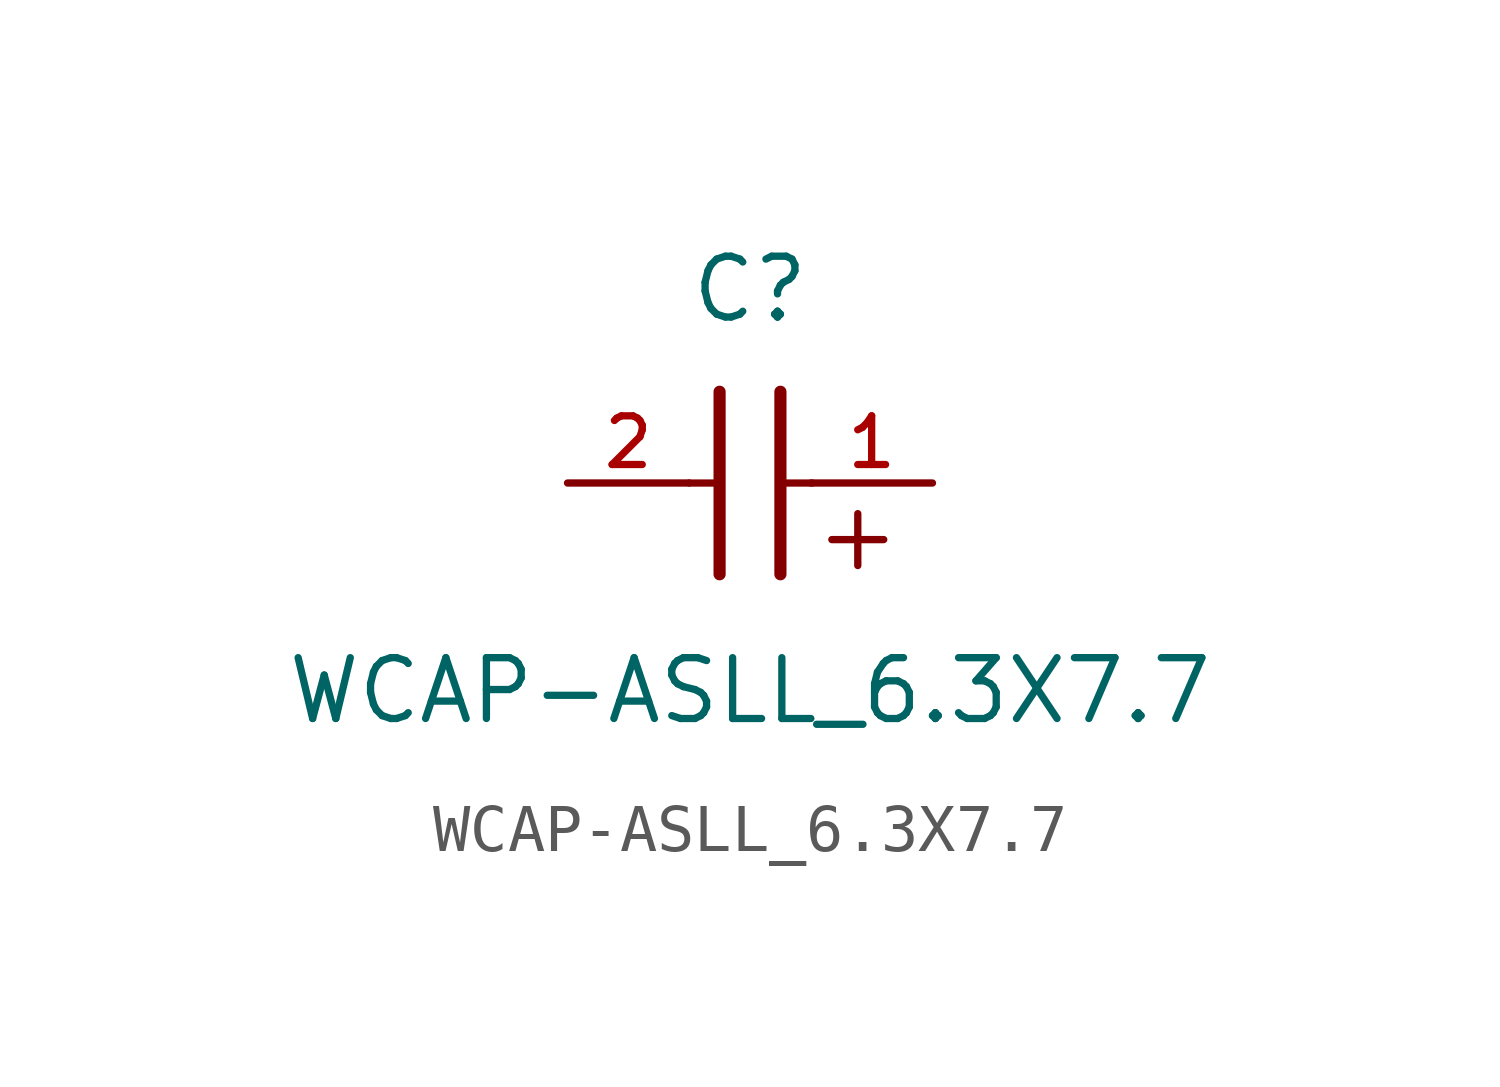
<source format=kicad_sym>
(kicad_symbol_lib
  (version 20241209)
  (generator "kicad_symbol_editor")
  (generator_version "9.0")
  (symbol "WCAP-ASLL_6.3X7.7"
    (pin_names
      (offset 1.016))
    (property "Reference" "C"
      (at 1.27 3.302 0)
      (effects (font (size 1.27 1.27)) (justify bottom)))
    (property "Value" "WCAP-ASLL_6.3X7.7"
      (at 1.27 -5.08 0)
      (effects (font (size 1.27 1.27)) (justify bottom)))
    (symbol "WCAP-ASLL_6.3X7.7_0_0"
      (polyline (pts (xy 0 0) (xy 0.643 0)) (stroke (width 0.152) (type default)) (fill (type none)))
      (polyline (pts (xy 0.635 -1.905) (xy 0.635 1.905)) (stroke (width 0.254) (type default)) (fill (type none)))
      (polyline (pts (xy 1.905 1.905) (xy 1.905 -1.905)) (stroke (width 0.254) (type default)) (fill (type none)))
      (polyline (pts (xy 1.928 0) (xy 2.571 0)) (stroke (width 0.152) (type default)) (fill (type none)))
      (text "+" (at 2.54 -1.905 0) (effects (font (size 1.422 1.422)) (justify left bottom)))
      (pin passive line (at -2.54 0 0) (length 2.54) (name "~" (effects (font (size 1.016 1.016)))) (number "2" (effects (font (size 1.016 1.016)))))
      (pin passive line (at 5.08 0 180) (length 2.54) (name "~" (effects (font (size 1.016 1.016)))) (number "1" (effects (font (size 1.016 1.016))))))))
</source>
